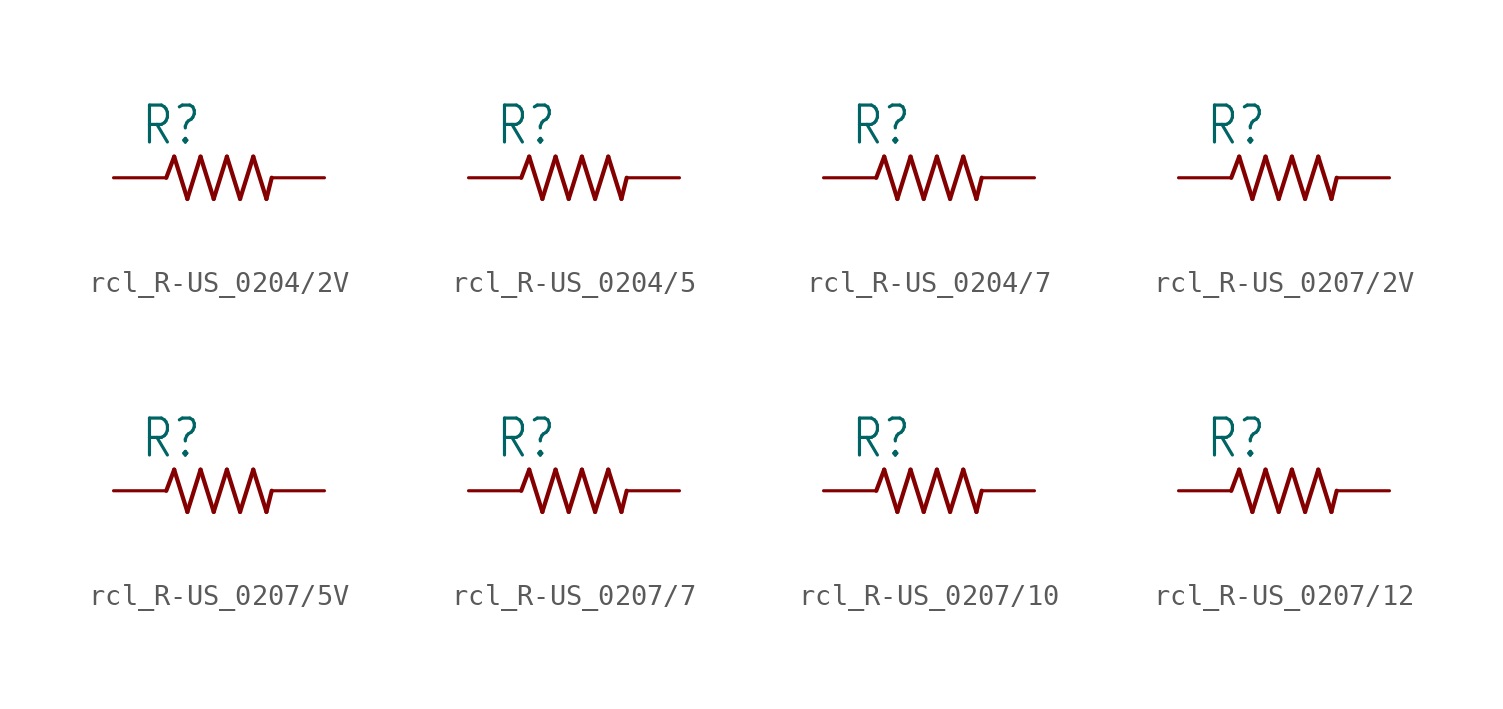
<source format=kicad_sym>
(kicad_symbol_lib
  (version 20231120)
  (generator "kicad_symbol_editor")
  (generator_version "8.0")
  (symbol "rcl_R-US_0204/2V"
    (property "Reference" "R"
      (at -3.81 1.499 0)
      (effects (font (size 1.778 1.511)) (justify left bottom)))
    (property "Value" ""
      (at -3.81 -3.302 0)
      (effects (font (size 1.778 1.511)) (justify left bottom)))
    (property "ki_locked" ""
      (at 0 0 0)
      (effects (font (size 1.27 1.27))))
    (symbol "rcl_R-US_0204/2V_1_0"
      (polyline (pts (xy -2.54 0) (xy -2.159 1.016)) (stroke (width 0.203) (type solid)) (fill (type none)))
      (polyline (pts (xy -2.159 1.016) (xy -1.524 -1.016)) (stroke (width 0.203) (type solid)) (fill (type none)))
      (polyline (pts (xy -1.524 -1.016) (xy -0.889 1.016)) (stroke (width 0.203) (type solid)) (fill (type none)))
      (polyline (pts (xy -0.889 1.016) (xy -0.254 -1.016)) (stroke (width 0.203) (type solid)) (fill (type none)))
      (polyline (pts (xy -0.254 -1.016) (xy 0.381 1.016)) (stroke (width 0.203) (type solid)) (fill (type none)))
      (polyline (pts (xy 0.381 1.016) (xy 1.016 -1.016)) (stroke (width 0.203) (type solid)) (fill (type none)))
      (polyline (pts (xy 1.016 -1.016) (xy 1.651 1.016)) (stroke (width 0.203) (type solid)) (fill (type none)))
      (polyline (pts (xy 1.651 1.016) (xy 2.286 -1.016)) (stroke (width 0.203) (type solid)) (fill (type none)))
      (polyline (pts (xy 2.286 -1.016) (xy 2.54 0)) (stroke (width 0.203) (type solid)) (fill (type none)))
      (pin passive line (at -5.08 0 0) (length 2.54) (name "1" (effects (font (size 0 0)))) (number "1" (effects (font (size 0 0)))))
      (pin passive line (at 5.08 0 180) (length 2.54) (name "2" (effects (font (size 0 0)))) (number "2" (effects (font (size 0 0)))))))
  (symbol "rcl_R-US_0204/5"
    (property "Reference" "R"
      (at -3.81 1.499 0)
      (effects (font (size 1.778 1.511)) (justify left bottom)))
    (property "Value" ""
      (at -3.81 -3.302 0)
      (effects (font (size 1.778 1.511)) (justify left bottom)))
    (property "ki_locked" ""
      (at 0 0 0)
      (effects (font (size 1.27 1.27))))
    (symbol "rcl_R-US_0204/5_1_0"
      (polyline (pts (xy -2.54 0) (xy -2.159 1.016)) (stroke (width 0.203) (type solid)) (fill (type none)))
      (polyline (pts (xy -2.159 1.016) (xy -1.524 -1.016)) (stroke (width 0.203) (type solid)) (fill (type none)))
      (polyline (pts (xy -1.524 -1.016) (xy -0.889 1.016)) (stroke (width 0.203) (type solid)) (fill (type none)))
      (polyline (pts (xy -0.889 1.016) (xy -0.254 -1.016)) (stroke (width 0.203) (type solid)) (fill (type none)))
      (polyline (pts (xy -0.254 -1.016) (xy 0.381 1.016)) (stroke (width 0.203) (type solid)) (fill (type none)))
      (polyline (pts (xy 0.381 1.016) (xy 1.016 -1.016)) (stroke (width 0.203) (type solid)) (fill (type none)))
      (polyline (pts (xy 1.016 -1.016) (xy 1.651 1.016)) (stroke (width 0.203) (type solid)) (fill (type none)))
      (polyline (pts (xy 1.651 1.016) (xy 2.286 -1.016)) (stroke (width 0.203) (type solid)) (fill (type none)))
      (polyline (pts (xy 2.286 -1.016) (xy 2.54 0)) (stroke (width 0.203) (type solid)) (fill (type none)))
      (pin passive line (at -5.08 0 0) (length 2.54) (name "1" (effects (font (size 0 0)))) (number "1" (effects (font (size 0 0)))))
      (pin passive line (at 5.08 0 180) (length 2.54) (name "2" (effects (font (size 0 0)))) (number "2" (effects (font (size 0 0)))))))
  (symbol "rcl_R-US_0204/7"
    (property "Reference" "R"
      (at -3.81 1.499 0)
      (effects (font (size 1.778 1.511)) (justify left bottom)))
    (property "Value" ""
      (at -3.81 -3.302 0)
      (effects (font (size 1.778 1.511)) (justify left bottom)))
    (property "ki_locked" ""
      (at 0 0 0)
      (effects (font (size 1.27 1.27))))
    (symbol "rcl_R-US_0204/7_1_0"
      (polyline (pts (xy -2.54 0) (xy -2.159 1.016)) (stroke (width 0.203) (type solid)) (fill (type none)))
      (polyline (pts (xy -2.159 1.016) (xy -1.524 -1.016)) (stroke (width 0.203) (type solid)) (fill (type none)))
      (polyline (pts (xy -1.524 -1.016) (xy -0.889 1.016)) (stroke (width 0.203) (type solid)) (fill (type none)))
      (polyline (pts (xy -0.889 1.016) (xy -0.254 -1.016)) (stroke (width 0.203) (type solid)) (fill (type none)))
      (polyline (pts (xy -0.254 -1.016) (xy 0.381 1.016)) (stroke (width 0.203) (type solid)) (fill (type none)))
      (polyline (pts (xy 0.381 1.016) (xy 1.016 -1.016)) (stroke (width 0.203) (type solid)) (fill (type none)))
      (polyline (pts (xy 1.016 -1.016) (xy 1.651 1.016)) (stroke (width 0.203) (type solid)) (fill (type none)))
      (polyline (pts (xy 1.651 1.016) (xy 2.286 -1.016)) (stroke (width 0.203) (type solid)) (fill (type none)))
      (polyline (pts (xy 2.286 -1.016) (xy 2.54 0)) (stroke (width 0.203) (type solid)) (fill (type none)))
      (pin passive line (at -5.08 0 0) (length 2.54) (name "1" (effects (font (size 0 0)))) (number "1" (effects (font (size 0 0)))))
      (pin passive line (at 5.08 0 180) (length 2.54) (name "2" (effects (font (size 0 0)))) (number "2" (effects (font (size 0 0)))))))
  (symbol "rcl_R-US_0207/2V"
    (property "Reference" "R"
      (at -3.81 1.499 0)
      (effects (font (size 1.778 1.511)) (justify left bottom)))
    (property "Value" ""
      (at -3.81 -3.302 0)
      (effects (font (size 1.778 1.511)) (justify left bottom)))
    (property "ki_locked" ""
      (at 0 0 0)
      (effects (font (size 1.27 1.27))))
    (symbol "rcl_R-US_0207/2V_1_0"
      (polyline (pts (xy -2.54 0) (xy -2.159 1.016)) (stroke (width 0.203) (type solid)) (fill (type none)))
      (polyline (pts (xy -2.159 1.016) (xy -1.524 -1.016)) (stroke (width 0.203) (type solid)) (fill (type none)))
      (polyline (pts (xy -1.524 -1.016) (xy -0.889 1.016)) (stroke (width 0.203) (type solid)) (fill (type none)))
      (polyline (pts (xy -0.889 1.016) (xy -0.254 -1.016)) (stroke (width 0.203) (type solid)) (fill (type none)))
      (polyline (pts (xy -0.254 -1.016) (xy 0.381 1.016)) (stroke (width 0.203) (type solid)) (fill (type none)))
      (polyline (pts (xy 0.381 1.016) (xy 1.016 -1.016)) (stroke (width 0.203) (type solid)) (fill (type none)))
      (polyline (pts (xy 1.016 -1.016) (xy 1.651 1.016)) (stroke (width 0.203) (type solid)) (fill (type none)))
      (polyline (pts (xy 1.651 1.016) (xy 2.286 -1.016)) (stroke (width 0.203) (type solid)) (fill (type none)))
      (polyline (pts (xy 2.286 -1.016) (xy 2.54 0)) (stroke (width 0.203) (type solid)) (fill (type none)))
      (pin passive line (at -5.08 0 0) (length 2.54) (name "1" (effects (font (size 0 0)))) (number "1" (effects (font (size 0 0)))))
      (pin passive line (at 5.08 0 180) (length 2.54) (name "2" (effects (font (size 0 0)))) (number "2" (effects (font (size 0 0)))))))
  (symbol "rcl_R-US_0207/5V"
    (property "Reference" "R"
      (at -3.81 1.499 0)
      (effects (font (size 1.778 1.511)) (justify left bottom)))
    (property "Value" ""
      (at -3.81 -3.302 0)
      (effects (font (size 1.778 1.511)) (justify left bottom)))
    (property "ki_locked" ""
      (at 0 0 0)
      (effects (font (size 1.27 1.27))))
    (symbol "rcl_R-US_0207/5V_1_0"
      (polyline (pts (xy -2.54 0) (xy -2.159 1.016)) (stroke (width 0.203) (type solid)) (fill (type none)))
      (polyline (pts (xy -2.159 1.016) (xy -1.524 -1.016)) (stroke (width 0.203) (type solid)) (fill (type none)))
      (polyline (pts (xy -1.524 -1.016) (xy -0.889 1.016)) (stroke (width 0.203) (type solid)) (fill (type none)))
      (polyline (pts (xy -0.889 1.016) (xy -0.254 -1.016)) (stroke (width 0.203) (type solid)) (fill (type none)))
      (polyline (pts (xy -0.254 -1.016) (xy 0.381 1.016)) (stroke (width 0.203) (type solid)) (fill (type none)))
      (polyline (pts (xy 0.381 1.016) (xy 1.016 -1.016)) (stroke (width 0.203) (type solid)) (fill (type none)))
      (polyline (pts (xy 1.016 -1.016) (xy 1.651 1.016)) (stroke (width 0.203) (type solid)) (fill (type none)))
      (polyline (pts (xy 1.651 1.016) (xy 2.286 -1.016)) (stroke (width 0.203) (type solid)) (fill (type none)))
      (polyline (pts (xy 2.286 -1.016) (xy 2.54 0)) (stroke (width 0.203) (type solid)) (fill (type none)))
      (pin passive line (at -5.08 0 0) (length 2.54) (name "1" (effects (font (size 0 0)))) (number "1" (effects (font (size 0 0)))))
      (pin passive line (at 5.08 0 180) (length 2.54) (name "2" (effects (font (size 0 0)))) (number "2" (effects (font (size 0 0)))))))
  (symbol "rcl_R-US_0207/7"
    (property "Reference" "R"
      (at -3.81 1.499 0)
      (effects (font (size 1.778 1.511)) (justify left bottom)))
    (property "Value" ""
      (at -3.81 -3.302 0)
      (effects (font (size 1.778 1.511)) (justify left bottom)))
    (property "ki_locked" ""
      (at 0 0 0)
      (effects (font (size 1.27 1.27))))
    (symbol "rcl_R-US_0207/7_1_0"
      (polyline (pts (xy -2.54 0) (xy -2.159 1.016)) (stroke (width 0.203) (type solid)) (fill (type none)))
      (polyline (pts (xy -2.159 1.016) (xy -1.524 -1.016)) (stroke (width 0.203) (type solid)) (fill (type none)))
      (polyline (pts (xy -1.524 -1.016) (xy -0.889 1.016)) (stroke (width 0.203) (type solid)) (fill (type none)))
      (polyline (pts (xy -0.889 1.016) (xy -0.254 -1.016)) (stroke (width 0.203) (type solid)) (fill (type none)))
      (polyline (pts (xy -0.254 -1.016) (xy 0.381 1.016)) (stroke (width 0.203) (type solid)) (fill (type none)))
      (polyline (pts (xy 0.381 1.016) (xy 1.016 -1.016)) (stroke (width 0.203) (type solid)) (fill (type none)))
      (polyline (pts (xy 1.016 -1.016) (xy 1.651 1.016)) (stroke (width 0.203) (type solid)) (fill (type none)))
      (polyline (pts (xy 1.651 1.016) (xy 2.286 -1.016)) (stroke (width 0.203) (type solid)) (fill (type none)))
      (polyline (pts (xy 2.286 -1.016) (xy 2.54 0)) (stroke (width 0.203) (type solid)) (fill (type none)))
      (pin passive line (at -5.08 0 0) (length 2.54) (name "1" (effects (font (size 0 0)))) (number "1" (effects (font (size 0 0)))))
      (pin passive line (at 5.08 0 180) (length 2.54) (name "2" (effects (font (size 0 0)))) (number "2" (effects (font (size 0 0)))))))
  (symbol "rcl_R-US_0207/10"
    (property "Reference" "R"
      (at -3.81 1.499 0)
      (effects (font (size 1.778 1.511)) (justify left bottom)))
    (property "Value" ""
      (at -3.81 -3.302 0)
      (effects (font (size 1.778 1.511)) (justify left bottom)))
    (property "ki_locked" ""
      (at 0 0 0)
      (effects (font (size 1.27 1.27))))
    (symbol "rcl_R-US_0207/10_1_0"
      (polyline (pts (xy -2.54 0) (xy -2.159 1.016)) (stroke (width 0.203) (type solid)) (fill (type none)))
      (polyline (pts (xy -2.159 1.016) (xy -1.524 -1.016)) (stroke (width 0.203) (type solid)) (fill (type none)))
      (polyline (pts (xy -1.524 -1.016) (xy -0.889 1.016)) (stroke (width 0.203) (type solid)) (fill (type none)))
      (polyline (pts (xy -0.889 1.016) (xy -0.254 -1.016)) (stroke (width 0.203) (type solid)) (fill (type none)))
      (polyline (pts (xy -0.254 -1.016) (xy 0.381 1.016)) (stroke (width 0.203) (type solid)) (fill (type none)))
      (polyline (pts (xy 0.381 1.016) (xy 1.016 -1.016)) (stroke (width 0.203) (type solid)) (fill (type none)))
      (polyline (pts (xy 1.016 -1.016) (xy 1.651 1.016)) (stroke (width 0.203) (type solid)) (fill (type none)))
      (polyline (pts (xy 1.651 1.016) (xy 2.286 -1.016)) (stroke (width 0.203) (type solid)) (fill (type none)))
      (polyline (pts (xy 2.286 -1.016) (xy 2.54 0)) (stroke (width 0.203) (type solid)) (fill (type none)))
      (pin passive line (at -5.08 0 0) (length 2.54) (name "1" (effects (font (size 0 0)))) (number "1" (effects (font (size 0 0)))))
      (pin passive line (at 5.08 0 180) (length 2.54) (name "2" (effects (font (size 0 0)))) (number "2" (effects (font (size 0 0)))))))
  (symbol "rcl_R-US_0207/12"
    (property "Reference" "R"
      (at -3.81 1.499 0)
      (effects (font (size 1.778 1.511)) (justify left bottom)))
    (property "Value" ""
      (at -3.81 -3.302 0)
      (effects (font (size 1.778 1.511)) (justify left bottom)))
    (property "ki_locked" ""
      (at 0 0 0)
      (effects (font (size 1.27 1.27))))
    (symbol "rcl_R-US_0207/12_1_0"
      (polyline (pts (xy -2.54 0) (xy -2.159 1.016)) (stroke (width 0.203) (type solid)) (fill (type none)))
      (polyline (pts (xy -2.159 1.016) (xy -1.524 -1.016)) (stroke (width 0.203) (type solid)) (fill (type none)))
      (polyline (pts (xy -1.524 -1.016) (xy -0.889 1.016)) (stroke (width 0.203) (type solid)) (fill (type none)))
      (polyline (pts (xy -0.889 1.016) (xy -0.254 -1.016)) (stroke (width 0.203) (type solid)) (fill (type none)))
      (polyline (pts (xy -0.254 -1.016) (xy 0.381 1.016)) (stroke (width 0.203) (type solid)) (fill (type none)))
      (polyline (pts (xy 0.381 1.016) (xy 1.016 -1.016)) (stroke (width 0.203) (type solid)) (fill (type none)))
      (polyline (pts (xy 1.016 -1.016) (xy 1.651 1.016)) (stroke (width 0.203) (type solid)) (fill (type none)))
      (polyline (pts (xy 1.651 1.016) (xy 2.286 -1.016)) (stroke (width 0.203) (type solid)) (fill (type none)))
      (polyline (pts (xy 2.286 -1.016) (xy 2.54 0)) (stroke (width 0.203) (type solid)) (fill (type none)))
      (pin passive line (at -5.08 0 0) (length 2.54) (name "1" (effects (font (size 0 0)))) (number "1" (effects (font (size 0 0)))))
      (pin passive line (at 5.08 0 180) (length 2.54) (name "2" (effects (font (size 0 0)))) (number "2" (effects (font (size 0 0))))))))
</source>
